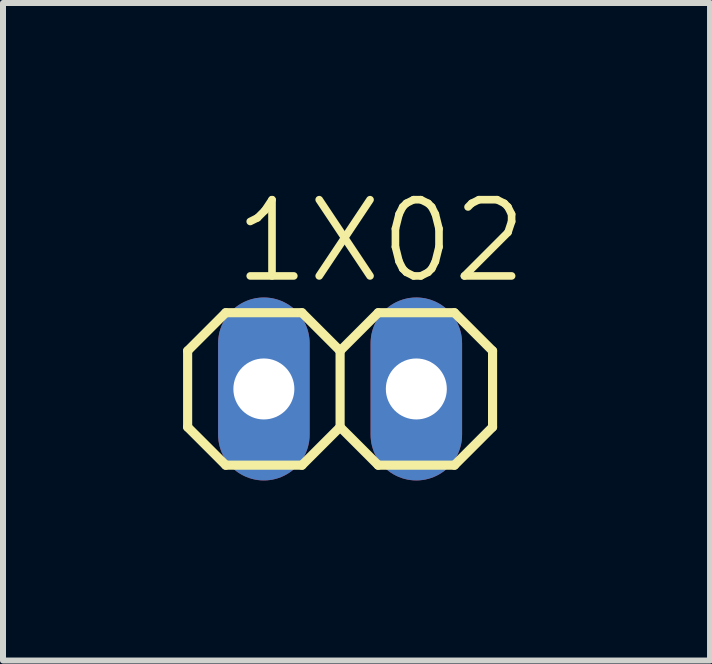
<source format=kicad_pcb>
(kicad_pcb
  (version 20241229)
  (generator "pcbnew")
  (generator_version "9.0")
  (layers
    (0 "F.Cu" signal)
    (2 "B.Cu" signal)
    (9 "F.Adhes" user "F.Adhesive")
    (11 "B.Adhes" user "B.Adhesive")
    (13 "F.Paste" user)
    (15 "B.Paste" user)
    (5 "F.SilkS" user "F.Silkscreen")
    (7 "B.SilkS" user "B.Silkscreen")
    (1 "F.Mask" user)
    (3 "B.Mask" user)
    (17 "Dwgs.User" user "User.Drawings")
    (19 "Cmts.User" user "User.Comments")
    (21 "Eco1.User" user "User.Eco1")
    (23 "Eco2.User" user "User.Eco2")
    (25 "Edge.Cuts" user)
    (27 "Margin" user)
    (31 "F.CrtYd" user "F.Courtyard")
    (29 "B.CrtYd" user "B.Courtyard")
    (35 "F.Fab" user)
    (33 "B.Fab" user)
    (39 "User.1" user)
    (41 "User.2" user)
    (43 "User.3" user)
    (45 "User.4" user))
  (footprint "1X02"
    (layer "F.Cu")
    (at 2.616 3.43)
    (property "Reference" "1X02" (at 0.68 -2.464 0) (layer "F.SilkS") (effects (font (size 1.27 1.27) (thickness 0.127))))
    (attr through_hole)
    (fp_line (start -2.54 -0.635) (end -2.54 0.635) (stroke (width 0.152) (type solid)) (layer "F.SilkS"))
    (fp_line (start -2.54 0.635) (end -1.905 1.27) (stroke (width 0.152) (type solid)) (layer "F.SilkS"))
    (fp_line (start -1.905 -1.27) (end -2.54 -0.635) (stroke (width 0.152) (type solid)) (layer "F.SilkS"))
    (fp_line (start -1.905 -1.27) (end -0.635 -1.27) (stroke (width 0.152) (type solid)) (layer "F.SilkS"))
    (fp_line (start -0.635 -1.27) (end 0 -0.635) (stroke (width 0.152) (type solid)) (layer "F.SilkS"))
    (fp_line (start -0.635 1.27) (end -1.905 1.27) (stroke (width 0.152) (type solid)) (layer "F.SilkS"))
    (fp_line (start 0 -0.635) (end 0 0.635) (stroke (width 0.152) (type solid)) (layer "F.SilkS"))
    (fp_line (start 0 -0.635) (end 0.635 -1.27) (stroke (width 0.152) (type solid)) (layer "F.SilkS"))
    (fp_line (start 0 0.635) (end -0.635 1.27) (stroke (width 0.152) (type solid)) (layer "F.SilkS"))
    (fp_line (start 0.635 -1.27) (end 1.905 -1.27) (stroke (width 0.152) (type solid)) (layer "F.SilkS"))
    (fp_line (start 0.635 1.27) (end 0 0.635) (stroke (width 0.152) (type solid)) (layer "F.SilkS"))
    (fp_line (start 1.905 -1.27) (end 2.54 -0.635) (stroke (width 0.152) (type solid)) (layer "F.SilkS"))
    (fp_line (start 1.905 1.27) (end 0.635 1.27) (stroke (width 0.152) (type solid)) (layer "F.SilkS"))
    (fp_line (start 2.54 -0.635) (end 2.54 0.635) (stroke (width 0.152) (type solid)) (layer "F.SilkS"))
    (fp_line (start 2.54 0.635) (end 1.905 1.27) (stroke (width 0.152) (type solid)) (layer "F.SilkS"))
    (fp_poly (pts (xy -1.524 -0.254) (xy -1.016 -0.254) (xy -1.016 0.254) (xy -1.524 0.254)) (stroke (width 0.1) (type solid)) (fill no) (layer "F.Fab"))
    (fp_poly (pts (xy 1.016 -0.254) (xy 1.524 -0.254) (xy 1.524 0.254) (xy 1.016 0.254)) (stroke (width 0.1) (type solid)) (fill no) (layer "F.Fab"))
    (pad "1" thru_hole oval (at -1.27 0) (size 1.524 3.048) (drill 1.016) (layers "*.Cu" "*.Mask"))
    (pad "2" thru_hole oval (at 1.27 0) (size 1.524 3.048) (drill 1.016) (layers "*.Cu" "*.Mask")))
  (gr_rect
    (start -3 -3)
    (end 8.779 7.954)
    (stroke (width 0.1) (type default))
    (fill no)
    (layer "Edge.Cuts")))
</source>
